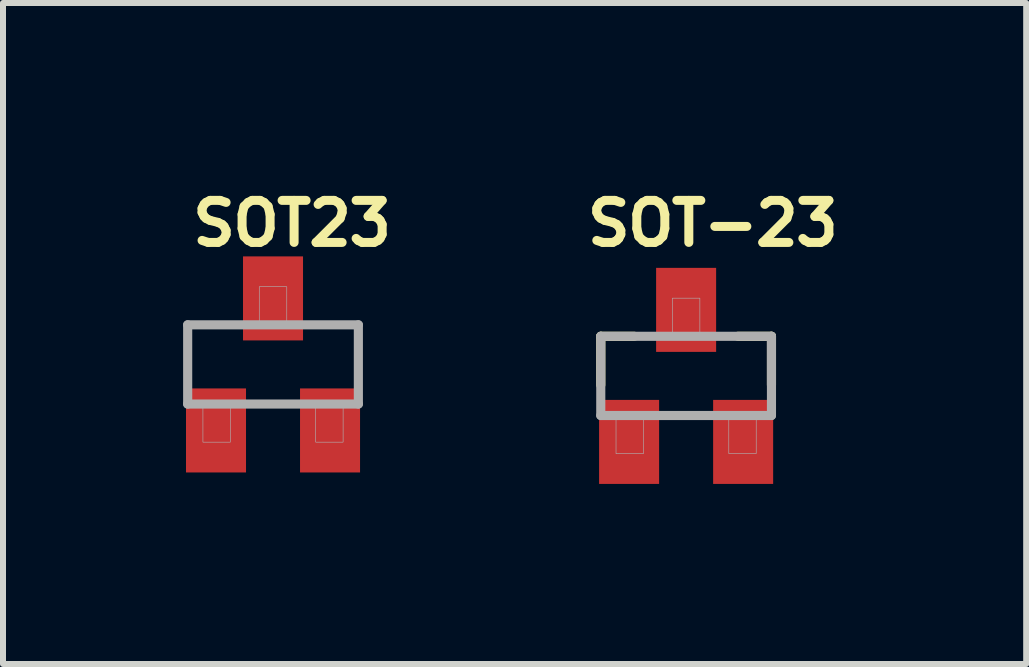
<source format=kicad_pcb>
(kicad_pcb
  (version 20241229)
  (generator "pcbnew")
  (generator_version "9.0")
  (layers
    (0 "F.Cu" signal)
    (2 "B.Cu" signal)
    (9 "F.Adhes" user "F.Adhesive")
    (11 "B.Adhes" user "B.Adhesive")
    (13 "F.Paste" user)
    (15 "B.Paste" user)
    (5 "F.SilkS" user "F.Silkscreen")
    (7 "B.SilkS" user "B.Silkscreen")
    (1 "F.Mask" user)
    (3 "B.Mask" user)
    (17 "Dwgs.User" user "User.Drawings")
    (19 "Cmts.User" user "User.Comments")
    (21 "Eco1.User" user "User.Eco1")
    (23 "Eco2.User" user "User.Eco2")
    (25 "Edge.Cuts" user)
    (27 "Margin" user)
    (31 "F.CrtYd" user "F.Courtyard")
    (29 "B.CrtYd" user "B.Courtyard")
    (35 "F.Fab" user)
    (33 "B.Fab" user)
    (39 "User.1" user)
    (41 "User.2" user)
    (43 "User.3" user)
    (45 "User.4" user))
  (footprint "SOT-23"
    (layer "F.Cu")
    (at 8.382 3.213)
    (property "Reference" "SOT-23" (at 0.445 -2.54 0) (layer "F.SilkS") (effects (font (size 0.7 0.7) (thickness 0.15))))
    (attr through_hole)
    (fp_line (start -1.422 -0.66) (end -0.864 -0.66) (stroke (width 0.152) (type solid)) (layer "F.SilkS"))
    (fp_line (start -1.422 0.152) (end -1.422 -0.66) (stroke (width 0.152) (type solid)) (layer "F.SilkS"))
    (fp_line (start 0.864 -0.66) (end 1.422 -0.66) (stroke (width 0.152) (type solid)) (layer "F.SilkS"))
    (fp_line (start 1.422 -0.66) (end 1.422 0.152) (stroke (width 0.152) (type solid)) (layer "F.SilkS"))
    (fp_line (start -1.422 -0.66) (end 1.422 -0.66) (stroke (width 0.152) (type solid)) (layer "F.Fab"))
    (fp_line (start -1.422 0.66) (end -1.422 -0.66) (stroke (width 0.152) (type solid)) (layer "F.Fab"))
    (fp_line (start 1.422 -0.66) (end 1.422 0.66) (stroke (width 0.152) (type solid)) (layer "F.Fab"))
    (fp_line (start 1.422 0.66) (end -1.422 0.66) (stroke (width 0.152) (type solid)) (layer "F.Fab"))
    (fp_poly (pts (xy -1.168 0.711) (xy -0.711 0.711) (xy -0.711 1.295) (xy -1.168 1.295)) (stroke (width 0.01) (type solid)) (fill no) (layer "F.Fab"))
    (fp_poly (pts (xy -0.229 -1.295) (xy 0.229 -1.295) (xy 0.229 -0.711) (xy -0.229 -0.711)) (stroke (width 0.01) (type solid)) (fill no) (layer "F.Fab"))
    (fp_poly (pts (xy 0.711 0.711) (xy 1.168 0.711) (xy 1.168 1.295) (xy 0.711 1.295)) (stroke (width 0.01) (type solid)) (fill no) (layer "F.Fab"))
    (pad "1" smd rect (at -0.95 1.1) (size 1 1.4) (layers "F.Cu" "F.Mask" "F.Paste"))
    (pad "2" smd rect (at 0.95 1.1) (size 1 1.4) (layers "F.Cu" "F.Mask" "F.Paste"))
    (pad "3" smd rect (at 0 -1.1) (size 1 1.4) (layers "F.Cu" "F.Mask" "F.Paste")))
  (footprint "SOT23"
    (layer "F.Cu")
    (at 1.499 3.022)
    (property "Reference" "SOT23" (at 0.318 -2.349 0) (layer "F.SilkS") (effects (font (size 0.7 0.7) (thickness 0.15))))
    (attr through_hole)
    (fp_line (start -1.422 -0.66) (end 1.422 -0.66) (stroke (width 0.152) (type solid)) (layer "F.Fab"))
    (fp_line (start -1.422 0.66) (end -1.422 -0.66) (stroke (width 0.152) (type solid)) (layer "F.Fab"))
    (fp_line (start 1.422 -0.66) (end 1.422 0.66) (stroke (width 0.152) (type solid)) (layer "F.Fab"))
    (fp_line (start 1.422 0.66) (end -1.422 0.66) (stroke (width 0.152) (type solid)) (layer "F.Fab"))
    (fp_poly (pts (xy -1.168 0.711) (xy -0.711 0.711) (xy -0.711 1.295) (xy -1.168 1.295)) (stroke (width 0.01) (type solid)) (fill no) (layer "F.Fab"))
    (fp_poly (pts (xy -0.229 -1.295) (xy 0.229 -1.295) (xy 0.229 -0.711) (xy -0.229 -0.711)) (stroke (width 0.01) (type solid)) (fill no) (layer "F.Fab"))
    (fp_poly (pts (xy 0.711 0.711) (xy 1.168 0.711) (xy 1.168 1.295) (xy 0.711 1.295)) (stroke (width 0.01) (type solid)) (fill no) (layer "F.Fab"))
    (pad "1" smd rect (at -0.95 1.1) (size 1 1.4) (layers "F.Cu" "F.Mask" "F.Paste"))
    (pad "2" smd rect (at 0.95 1.1) (size 1 1.4) (layers "F.Cu" "F.Mask" "F.Paste"))
    (pad "3" smd rect (at 0 -1.1) (size 1 1.4) (layers "F.Cu" "F.Mask" "F.Paste")))
  (gr_rect
    (start -3 -3)
    (end 14.048 8.013)
    (stroke (width 0.1) (type default))
    (fill no)
    (layer "Edge.Cuts")))
</source>
